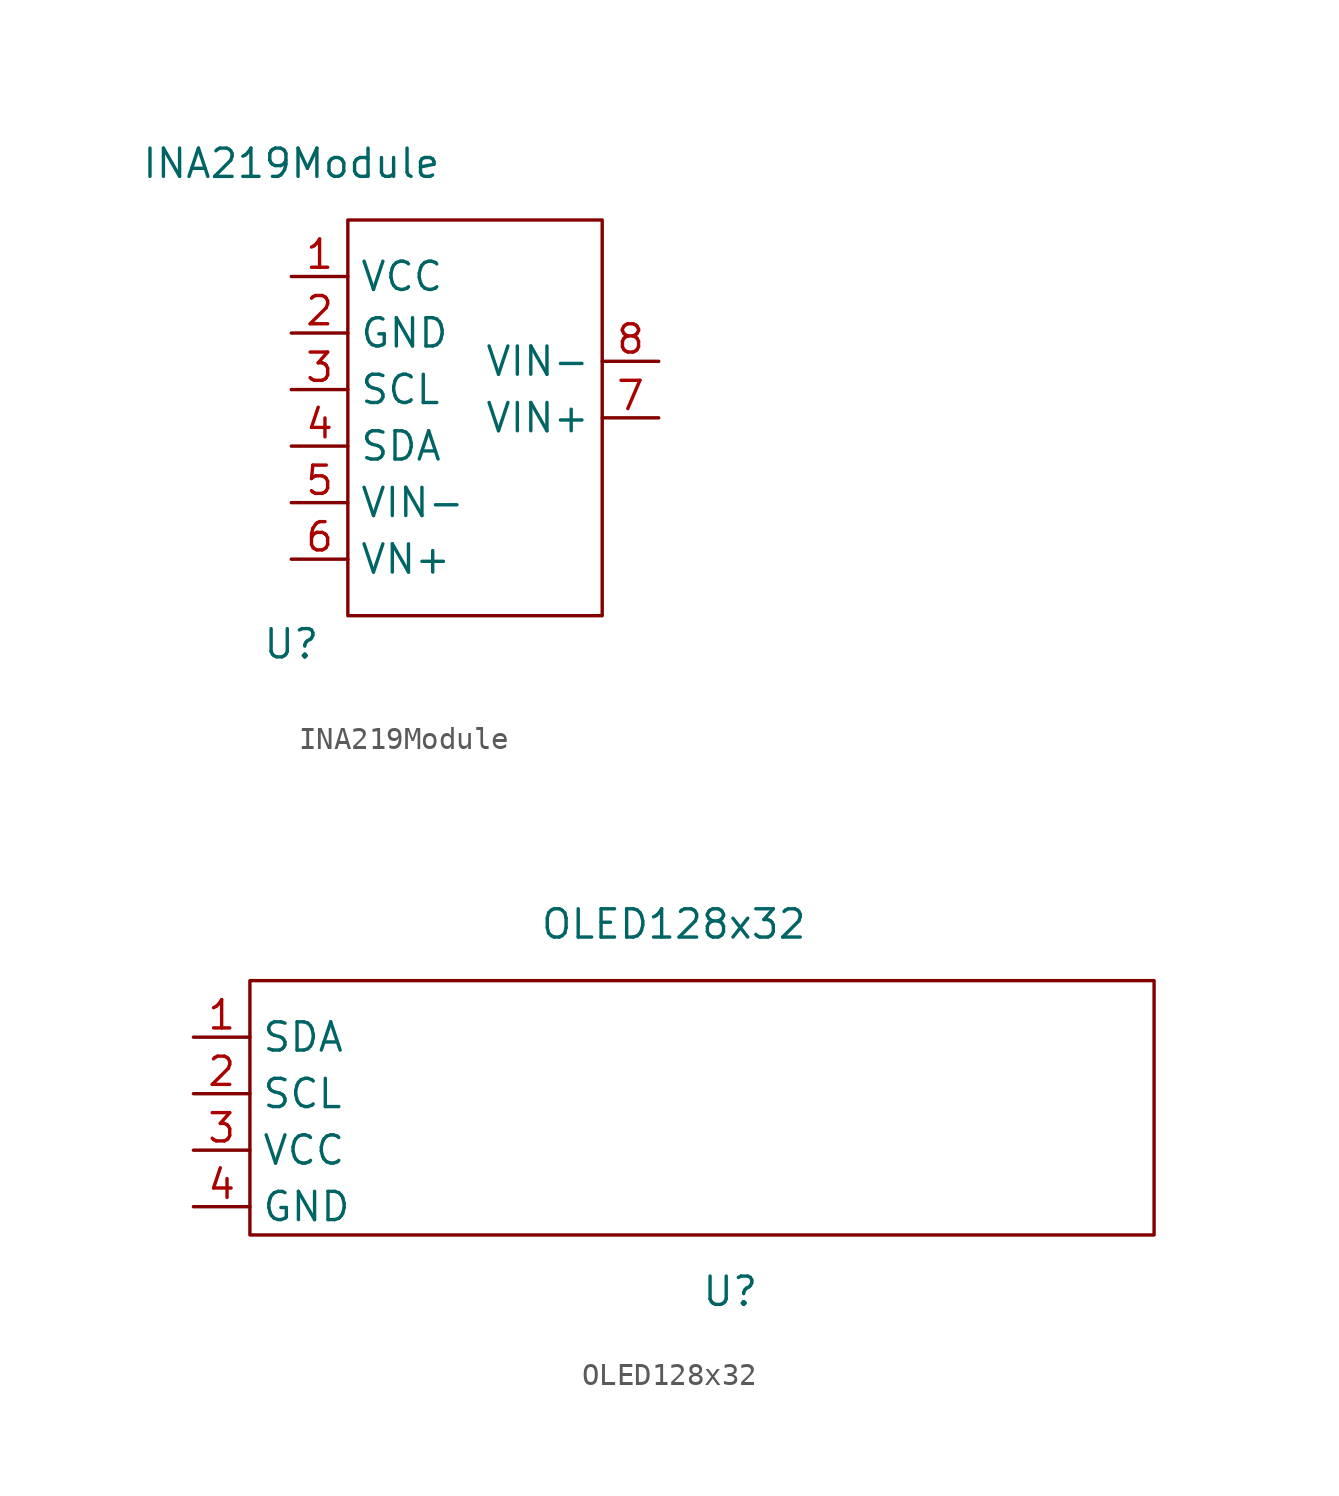
<source format=kicad_sym>
(kicad_symbol_lib
  (version 20211014)
  (generator kicad_symbol_editor)
  (symbol "INA219Module"
    (property "Reference" "U"
      (at 0 -11.43 0)
      (effects (font (size 1.27 1.27))))
    (property "Value" "INA219Module"
      (at 0 10.16 0)
      (effects (font (size 1.27 1.27))))
    (symbol "INA219Module_0_1"
      (rectangle (start 2.54 7.62) (end 13.97 -10.16) (stroke (width 0) (type default) (color 0 0 0 0)) (fill (type none))))
    (symbol "INA219Module_1_1"
      (pin power_in line (at 0 5.08 0) (length 2.54) (name "VCC" (effects (font (size 1.27 1.27)))) (number "1" (effects (font (size 1.27 1.27)))))
      (pin power_in line (at 0 2.54 0) (length 2.54) (name "GND" (effects (font (size 1.27 1.27)))) (number "2" (effects (font (size 1.27 1.27)))))
      (pin input line (at 0 0 0) (length 2.54) (name "SCL" (effects (font (size 1.27 1.27)))) (number "3" (effects (font (size 1.27 1.27)))))
      (pin input line (at 0 -2.54 0) (length 2.54) (name "SDA" (effects (font (size 1.27 1.27)))) (number "4" (effects (font (size 1.27 1.27)))))
      (pin passive line (at 0 -5.08 0) (length 2.54) (name "VIN-" (effects (font (size 1.27 1.27)))) (number "5" (effects (font (size 1.27 1.27)))))
      (pin passive line (at 0 -7.62 0) (length 2.54) (name "VN+" (effects (font (size 1.27 1.27)))) (number "6" (effects (font (size 1.27 1.27)))))
      (pin passive line (at 16.51 -1.27 180) (length 2.54) (name "VIN+" (effects (font (size 1.27 1.27)))) (number "7" (effects (font (size 1.27 1.27)))))
      (pin passive line (at 16.51 1.27 180) (length 2.54) (name "VIN-" (effects (font (size 1.27 1.27)))) (number "8" (effects (font (size 1.27 1.27)))))))
  (symbol "OLED128x32"
    (property "Reference" "U"
      (at 21.59 -7.62 0)
      (effects (font (size 1.27 1.27))))
    (property "Value" "OLED128x32"
      (at 19.05 8.89 0)
      (effects (font (size 1.27 1.27))))
    (symbol "OLED128x32_0_1"
      (rectangle (start 0 6.35) (end 40.64 -5.08) (stroke (width 0) (type default) (color 0 0 0 0)) (fill (type none))))
    (symbol "OLED128x32_1_1"
      (pin input line (at -2.54 3.81 0) (length 2.54) (name "SDA" (effects (font (size 1.27 1.27)))) (number "1" (effects (font (size 1.27 1.27)))))
      (pin input line (at -2.54 1.27 0) (length 2.54) (name "SCL" (effects (font (size 1.27 1.27)))) (number "2" (effects (font (size 1.27 1.27)))))
      (pin power_in line (at -2.54 -1.27 0) (length 2.54) (name "VCC" (effects (font (size 1.27 1.27)))) (number "3" (effects (font (size 1.27 1.27)))))
      (pin power_in line (at -2.54 -3.81 0) (length 2.54) (name "GND" (effects (font (size 1.27 1.27)))) (number "4" (effects (font (size 1.27 1.27))))))))
</source>
